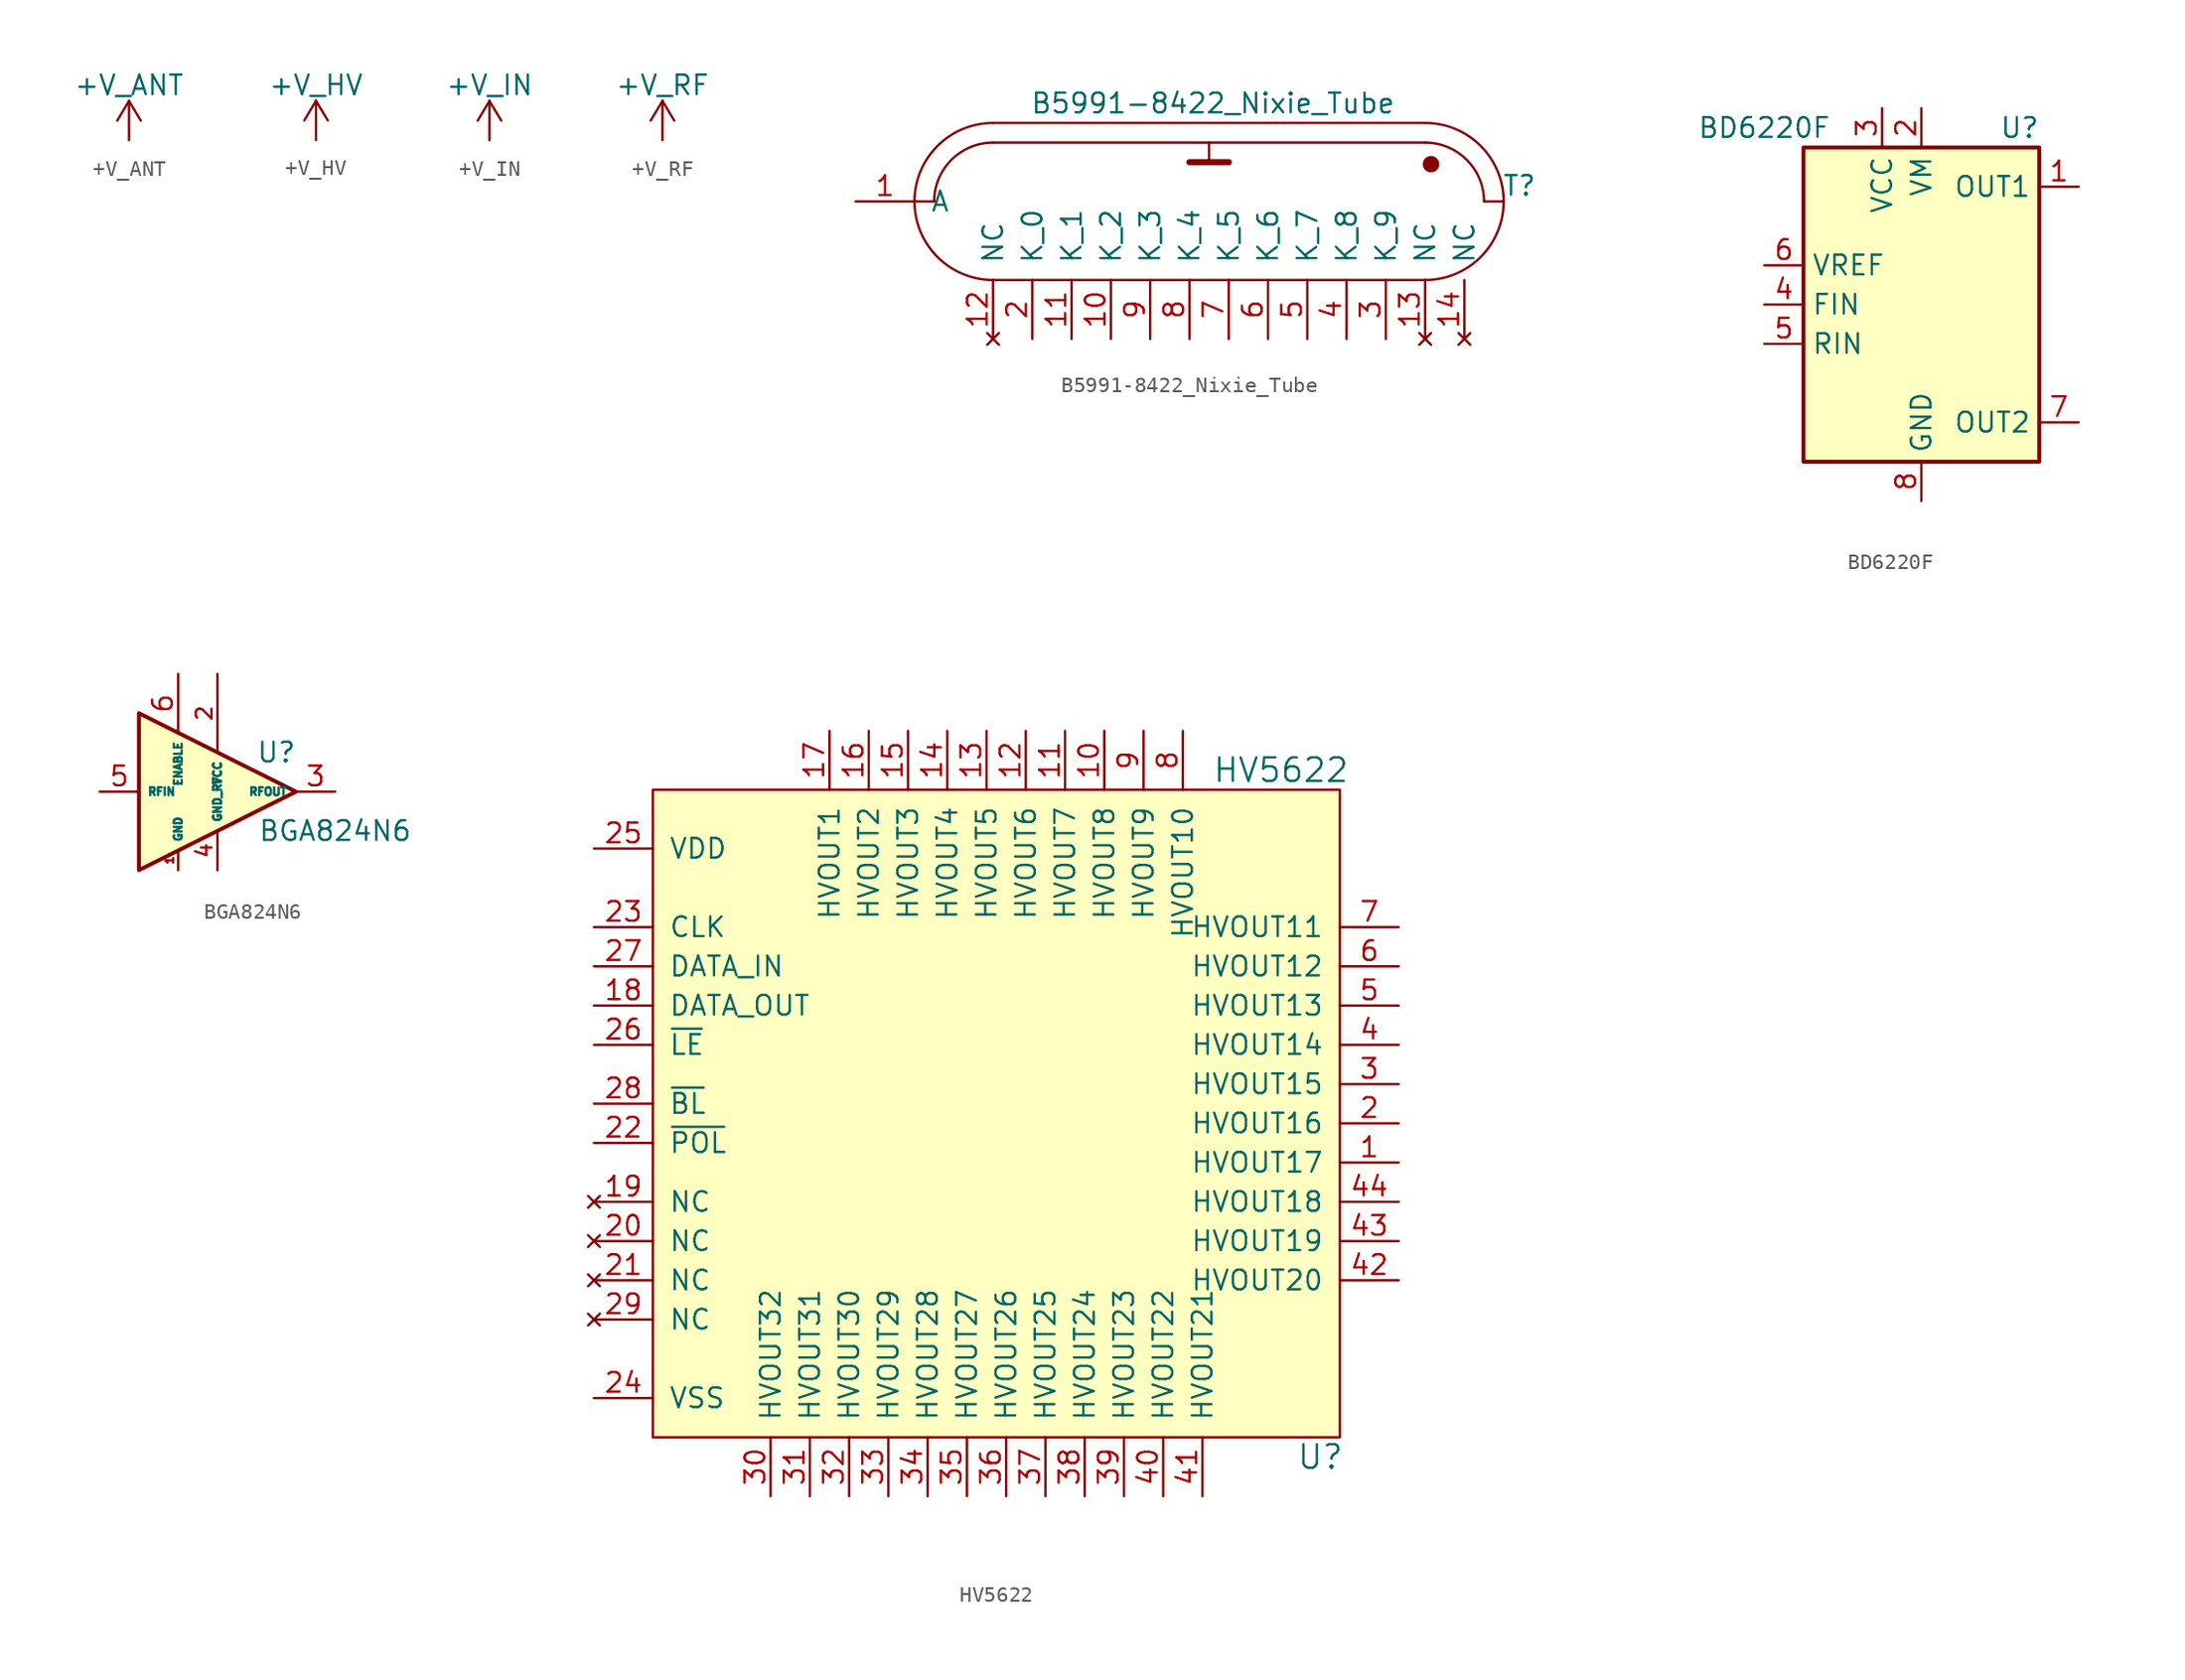
<source format=kicad_sym>
(kicad_symbol_lib
  (version 20231120)
  (generator "kicad_symbol_editor")
  (generator_version "8.0")
  (symbol "+V_ANT"
    (power)
    (pin_names
      (offset 0))
    (property "Reference" "#PWR"
      (at 0 -3.81 0)
      (effects (font (size 1.27 1.27)) (hide yes)))
    (property "Value" "+V_ANT"
      (at 0 3.556 0)
      (effects (font (size 1.27 1.27))))
    (symbol "+V_ANT_0_1"
      (polyline (pts (xy -0.762 1.27) (xy 0 2.54)) (stroke (width 0) (type solid)) (fill (type none)))
      (polyline (pts (xy 0 0) (xy 0 2.54)) (stroke (width 0) (type solid)) (fill (type none)))
      (polyline (pts (xy 0 2.54) (xy 0.762 1.27)) (stroke (width 0) (type solid)) (fill (type none))))
    (symbol "+V_ANT_1_1"
      (pin power_in line (at 0 0 90) (length 0) hide (name "+V_ANT" (effects (font (size 1.27 1.27)))) (number "1" (effects (font (size 1.27 1.27)))))))
  (symbol "+V_HV"
    (power)
    (pin_names
      (offset 0))
    (property "Reference" "#PWR"
      (at 0 -3.81 0)
      (effects (font (size 1.27 1.27)) (hide yes)))
    (property "Value" "+V_HV"
      (at 0 3.556 0)
      (effects (font (size 1.27 1.27))))
    (symbol "+V_HV_0_1"
      (polyline (pts (xy -0.762 1.27) (xy 0 2.54)) (stroke (width 0) (type solid)) (fill (type none)))
      (polyline (pts (xy 0 0) (xy 0 2.54)) (stroke (width 0) (type solid)) (fill (type none)))
      (polyline (pts (xy 0 2.54) (xy 0.762 1.27)) (stroke (width 0) (type solid)) (fill (type none))))
    (symbol "+V_HV_1_1"
      (pin power_in line (at 0 0 90) (length 0) hide (name "+V_HV" (effects (font (size 1.27 1.27)))) (number "1" (effects (font (size 1.27 1.27)))))))
  (symbol "+V_IN"
    (power)
    (pin_names
      (offset 0))
    (property "Reference" "#PWR"
      (at 0 -3.81 0)
      (effects (font (size 1.27 1.27)) (hide yes)))
    (property "Value" "+V_IN"
      (at 0 3.556 0)
      (effects (font (size 1.27 1.27))))
    (symbol "+V_IN_0_1"
      (polyline (pts (xy -0.762 1.27) (xy 0 2.54)) (stroke (width 0) (type solid)) (fill (type none)))
      (polyline (pts (xy 0 0) (xy 0 2.54)) (stroke (width 0) (type solid)) (fill (type none)))
      (polyline (pts (xy 0 2.54) (xy 0.762 1.27)) (stroke (width 0) (type solid)) (fill (type none))))
    (symbol "+V_IN_1_1"
      (pin power_in line (at 0 0 90) (length 0) hide (name "+V_IN" (effects (font (size 1.27 1.27)))) (number "1" (effects (font (size 1.27 1.27)))))))
  (symbol "+V_RF"
    (power)
    (pin_names
      (offset 0))
    (property "Reference" "#PWR"
      (at 0 -3.81 0)
      (effects (font (size 1.27 1.27)) (hide yes)))
    (property "Value" "+V_RF"
      (at 0 3.556 0)
      (effects (font (size 1.27 1.27))))
    (symbol "+V_RF_0_1"
      (polyline (pts (xy -0.762 1.27) (xy 0 2.54)) (stroke (width 0) (type solid)) (fill (type none)))
      (polyline (pts (xy 0 0) (xy 0 2.54)) (stroke (width 0) (type solid)) (fill (type none)))
      (polyline (pts (xy 0 2.54) (xy 0.762 1.27)) (stroke (width 0) (type solid)) (fill (type none))))
    (symbol "+V_RF_1_1"
      (pin power_in line (at 0 0 90) (length 0) hide (name "+V_RF" (effects (font (size 1.27 1.27)))) (number "1" (effects (font (size 1.27 1.27)))))))
  (symbol "B5991-8422_Nixie_Tube"
    (pin_names
      (offset 1.016))
    (property "Reference" "T"
      (at 20.066 1.016 0)
      (effects (font (size 1.27 1.27))))
    (property "Value" "B5991-8422_Nixie_Tube"
      (at 0.254 6.35 0)
      (effects (font (size 1.27 1.27))))
    (symbol "B5991-8422_Nixie_Tube_0_0"
      (polyline (pts (xy -13.97 -5.08) (xy 13.97 -5.08)) (stroke (width 0) (type solid)) (fill (type none)))
      (polyline (pts (xy 13.97 3.81) (xy -13.97 3.81)) (stroke (width 0) (type solid)) (fill (type none)))
      (polyline (pts (xy 13.97 5.08) (xy -13.97 5.08)) (stroke (width 0) (type solid)) (fill (type none)))
      (circle (center 14.351 2.413) (radius 0.457) (stroke (width 0) (type solid)) (fill (type outline))))
    (symbol "B5991-8422_Nixie_Tube_0_1"
      (arc (start -13.97 3.81) (mid -16.6641 2.6941) (end -17.78 0) (stroke (width 0) (type solid)) (fill (type none)))
      (arc (start -13.97 5.08) (mid -19.05 0) (end -13.97 -5.08) (stroke (width 0) (type solid)) (fill (type none)))
      (polyline (pts (xy -19.05 0) (xy -17.78 0)) (stroke (width 0) (type solid)) (fill (type none)))
      (polyline (pts (xy -1.27 2.54) (xy 1.27 2.54)) (stroke (width 0.406) (type solid)) (fill (type none)))
      (polyline (pts (xy 0 3.81) (xy 0 2.54)) (stroke (width 0) (type solid)) (fill (type none)))
      (polyline (pts (xy 17.78 0) (xy 19.05 0)) (stroke (width 0) (type solid)) (fill (type none)))
      (arc (start 13.97 -5.08) (mid 19.05 0) (end 13.97 5.08) (stroke (width 0) (type solid)) (fill (type none)))
      (arc (start 17.78 0) (mid 16.6641 2.6941) (end 13.97 3.81) (stroke (width 0) (type solid)) (fill (type none))))
    (symbol "B5991-8422_Nixie_Tube_1_1"
      (pin power_in line (at -22.86 0 0) (length 3.81) (name "A" (effects (font (size 1.27 1.27)))) (number "1" (effects (font (size 1.27 1.27)))))
      (pin power_in line (at -6.35 -8.89 90) (length 3.81) (name "K_2" (effects (font (size 1.27 1.27)))) (number "10" (effects (font (size 1.27 1.27)))))
      (pin power_in line (at -8.89 -8.89 90) (length 3.81) (name "K_1" (effects (font (size 1.27 1.27)))) (number "11" (effects (font (size 1.27 1.27)))))
      (pin no_connect line (at -13.97 -8.89 90) (length 3.81) (name "NC" (effects (font (size 1.27 1.27)))) (number "12" (effects (font (size 1.27 1.27)))))
      (pin no_connect line (at 13.97 -8.89 90) (length 3.81) (name "NC" (effects (font (size 1.27 1.27)))) (number "13" (effects (font (size 1.27 1.27)))))
      (pin no_connect line (at 16.51 -8.89 90) (length 3.81) (name "NC" (effects (font (size 1.27 1.27)))) (number "14" (effects (font (size 1.27 1.27)))))
      (pin power_in line (at -11.43 -8.89 90) (length 3.81) (name "K_0" (effects (font (size 1.27 1.27)))) (number "2" (effects (font (size 1.27 1.27)))))
      (pin power_in line (at 11.43 -8.89 90) (length 3.81) (name "K_9" (effects (font (size 1.27 1.27)))) (number "3" (effects (font (size 1.27 1.27)))))
      (pin power_in line (at 8.89 -8.89 90) (length 3.81) (name "K_8" (effects (font (size 1.27 1.27)))) (number "4" (effects (font (size 1.27 1.27)))))
      (pin power_in line (at 6.35 -8.89 90) (length 3.81) (name "K_7" (effects (font (size 1.27 1.27)))) (number "5" (effects (font (size 1.27 1.27)))))
      (pin power_in line (at 3.81 -8.89 90) (length 3.81) (name "K_6" (effects (font (size 1.27 1.27)))) (number "6" (effects (font (size 1.27 1.27)))))
      (pin power_in line (at 1.27 -8.89 90) (length 3.81) (name "K_5" (effects (font (size 1.27 1.27)))) (number "7" (effects (font (size 1.27 1.27)))))
      (pin power_in line (at -1.27 -8.89 90) (length 3.81) (name "K_4" (effects (font (size 1.27 1.27)))) (number "8" (effects (font (size 1.27 1.27)))))
      (pin power_in line (at -3.81 -8.89 90) (length 3.81) (name "K_3" (effects (font (size 1.27 1.27)))) (number "9" (effects (font (size 1.27 1.27)))))))
  (symbol "BD6220F"
    (property "Reference" "U"
      (at 6.35 11.43 0)
      (effects (font (size 1.27 1.27))))
    (property "Value" "BD6220F"
      (at -10.16 11.43 0)
      (effects (font (size 1.27 1.27))))
    (symbol "BD6220F_0_1"
      (rectangle (start -7.62 10.16) (end 7.62 -10.16) (stroke (width 0.254) (type solid)) (fill (type background))))
    (symbol "BD6220F_1_1"
      (pin output line (at 10.16 7.62 180) (length 2.54) (name "OUT1" (effects (font (size 1.27 1.27)))) (number "1" (effects (font (size 1.27 1.27)))))
      (pin power_in line (at 0 12.7 270) (length 2.54) (name "VM" (effects (font (size 1.27 1.27)))) (number "2" (effects (font (size 1.27 1.27)))))
      (pin power_in line (at -2.54 12.7 270) (length 2.54) (name "VCC" (effects (font (size 1.27 1.27)))) (number "3" (effects (font (size 1.27 1.27)))))
      (pin input line (at -10.16 0 0) (length 2.54) (name "FIN" (effects (font (size 1.27 1.27)))) (number "4" (effects (font (size 1.27 1.27)))))
      (pin input line (at -10.16 -2.54 0) (length 2.54) (name "RIN" (effects (font (size 1.27 1.27)))) (number "5" (effects (font (size 1.27 1.27)))))
      (pin input line (at -10.16 2.54 0) (length 2.54) (name "VREF" (effects (font (size 1.27 1.27)))) (number "6" (effects (font (size 1.27 1.27)))))
      (pin output line (at 10.16 -7.62 180) (length 2.54) (name "OUT2" (effects (font (size 1.27 1.27)))) (number "7" (effects (font (size 1.27 1.27)))))
      (pin power_in line (at 0 -12.7 90) (length 2.54) (name "GND" (effects (font (size 1.27 1.27)))) (number "8" (effects (font (size 1.27 1.27)))))))
  (symbol "BGA824N6"
    (property "Reference" "U"
      (at 6.35 2.54 0)
      (effects (font (size 1.27 1.27))))
    (property "Value" "BGA824N6"
      (at 10.16 -2.54 0)
      (effects (font (size 1.27 1.27))))
    (symbol "BGA824N6_0_1"
      (polyline (pts (xy -2.54 5.08) (xy -2.54 -2.54) (xy -2.54 -5.08) (xy 7.62 0) (xy -2.54 5.08)) (stroke (width 0.254) (type solid)) (fill (type background))))
    (symbol "BGA824N6_1_1"
      (pin power_in line (at 0 -5.08 90) (length 1.27) (name "GND" (effects (font (size 0.508 0.508)))) (number "1" (effects (font (size 0.508 0.508)))))
      (pin power_in line (at 2.54 7.62 270) (length 5.08) (name "VCC" (effects (font (size 0.508 0.508)))) (number "2" (effects (font (size 1.016 1.016)))))
      (pin output line (at 10.16 0 180) (length 2.54) (name "RFOUT" (effects (font (size 0.508 0.508)))) (number "3" (effects (font (size 1.27 1.27)))))
      (pin power_in line (at 2.54 -5.08 90) (length 2.54) (name "GND_RF" (effects (font (size 0.508 0.508)))) (number "4" (effects (font (size 1.016 1.016)))))
      (pin input line (at -5.08 0 0) (length 2.54) (name "RFIN" (effects (font (size 0.508 0.508)))) (number "5" (effects (font (size 1.27 1.27)))))
      (pin input line (at 0 7.62 270) (length 3.81) (name "ENABLE" (effects (font (size 0.508 0.508)))) (number "6" (effects (font (size 1.27 1.27)))))))
  (symbol "HV5622"
    (pin_names
      (offset 1.016))
    (property "Reference" "U"
      (at 20.32 -22.86 0)
      (effects (font (size 1.524 1.524))))
    (property "Value" "HV5622"
      (at 17.78 21.59 0)
      (effects (font (size 1.524 1.524))))
    (property "Footprint" ""
      (at -1.27 11.43 90)
      (effects (font (size 1.524 1.524))))
    (property "Datasheet" ""
      (at -1.27 11.43 90)
      (effects (font (size 1.524 1.524))))
    (symbol "HV5622_0_1"
      (rectangle (start -22.86 -21.59) (end 21.59 20.32) (stroke (width 0) (type solid)) (fill (type background))))
    (symbol "HV5622_1_1"
      (pin output line (at 25.4 -3.81 180) (length 3.81) (name "HVOUT17" (effects (font (size 1.27 1.27)))) (number "1" (effects (font (size 1.27 1.27)))))
      (pin output line (at 6.35 24.13 270) (length 3.81) (name "HVOUT8" (effects (font (size 1.27 1.27)))) (number "10" (effects (font (size 1.27 1.27)))))
      (pin output line (at 3.81 24.13 270) (length 3.81) (name "HVOUT7" (effects (font (size 1.27 1.27)))) (number "11" (effects (font (size 1.27 1.27)))))
      (pin output line (at 1.27 24.13 270) (length 3.81) (name "HVOUT6" (effects (font (size 1.27 1.27)))) (number "12" (effects (font (size 1.27 1.27)))))
      (pin output line (at -1.27 24.13 270) (length 3.81) (name "HVOUT5" (effects (font (size 1.27 1.27)))) (number "13" (effects (font (size 1.27 1.27)))))
      (pin output line (at -3.81 24.13 270) (length 3.81) (name "HVOUT4" (effects (font (size 1.27 1.27)))) (number "14" (effects (font (size 1.27 1.27)))))
      (pin output line (at -6.35 24.13 270) (length 3.81) (name "HVOUT3" (effects (font (size 1.27 1.27)))) (number "15" (effects (font (size 1.27 1.27)))))
      (pin output line (at -8.89 24.13 270) (length 3.81) (name "HVOUT2" (effects (font (size 1.27 1.27)))) (number "16" (effects (font (size 1.27 1.27)))))
      (pin output line (at -11.43 24.13 270) (length 3.81) (name "HVOUT1" (effects (font (size 1.27 1.27)))) (number "17" (effects (font (size 1.27 1.27)))))
      (pin output line (at -26.67 6.35 0) (length 3.81) (name "DATA_OUT" (effects (font (size 1.27 1.27)))) (number "18" (effects (font (size 1.27 1.27)))))
      (pin no_connect line (at -26.67 -6.35 0) (length 3.81) (name "NC" (effects (font (size 1.27 1.27)))) (number "19" (effects (font (size 1.27 1.27)))))
      (pin output line (at 25.4 -1.27 180) (length 3.81) (name "HVOUT16" (effects (font (size 1.27 1.27)))) (number "2" (effects (font (size 1.27 1.27)))))
      (pin no_connect line (at -26.67 -8.89 0) (length 3.81) (name "NC" (effects (font (size 1.27 1.27)))) (number "20" (effects (font (size 1.27 1.27)))))
      (pin no_connect line (at -26.67 -11.43 0) (length 3.81) (name "NC" (effects (font (size 1.27 1.27)))) (number "21" (effects (font (size 1.27 1.27)))))
      (pin input line (at -26.67 -2.54 0) (length 3.81) (name "~{POL}" (effects (font (size 1.27 1.27)))) (number "22" (effects (font (size 1.27 1.27)))))
      (pin input line (at -26.67 11.43 0) (length 3.81) (name "CLK" (effects (font (size 1.27 1.27)))) (number "23" (effects (font (size 1.27 1.27)))))
      (pin power_in line (at -26.67 -19.05 0) (length 3.81) (name "VSS" (effects (font (size 1.27 1.27)))) (number "24" (effects (font (size 1.27 1.27)))))
      (pin power_in line (at -26.67 16.51 0) (length 3.81) (name "VDD" (effects (font (size 1.27 1.27)))) (number "25" (effects (font (size 1.27 1.27)))))
      (pin input line (at -26.67 3.81 0) (length 3.81) (name "~{LE}" (effects (font (size 1.27 1.27)))) (number "26" (effects (font (size 1.27 1.27)))))
      (pin input line (at -26.67 8.89 0) (length 3.81) (name "DATA_IN" (effects (font (size 1.27 1.27)))) (number "27" (effects (font (size 1.27 1.27)))))
      (pin input line (at -26.67 0 0) (length 3.81) (name "~{BL}" (effects (font (size 1.27 1.27)))) (number "28" (effects (font (size 1.27 1.27)))))
      (pin no_connect line (at -26.67 -13.97 0) (length 3.81) (name "NC" (effects (font (size 1.27 1.27)))) (number "29" (effects (font (size 1.27 1.27)))))
      (pin output line (at 25.4 1.27 180) (length 3.81) (name "HVOUT15" (effects (font (size 1.27 1.27)))) (number "3" (effects (font (size 1.27 1.27)))))
      (pin output line (at -15.24 -25.4 90) (length 3.81) (name "HVOUT32" (effects (font (size 1.27 1.27)))) (number "30" (effects (font (size 1.27 1.27)))))
      (pin output line (at -12.7 -25.4 90) (length 3.81) (name "HVOUT31" (effects (font (size 1.27 1.27)))) (number "31" (effects (font (size 1.27 1.27)))))
      (pin output line (at -10.16 -25.4 90) (length 3.81) (name "HVOUT30" (effects (font (size 1.27 1.27)))) (number "32" (effects (font (size 1.27 1.27)))))
      (pin output line (at -7.62 -25.4 90) (length 3.81) (name "HVOUT29" (effects (font (size 1.27 1.27)))) (number "33" (effects (font (size 1.27 1.27)))))
      (pin output line (at -5.08 -25.4 90) (length 3.81) (name "HVOUT28" (effects (font (size 1.27 1.27)))) (number "34" (effects (font (size 1.27 1.27)))))
      (pin output line (at -2.54 -25.4 90) (length 3.81) (name "HVOUT27" (effects (font (size 1.27 1.27)))) (number "35" (effects (font (size 1.27 1.27)))))
      (pin output line (at 0 -25.4 90) (length 3.81) (name "HVOUT26" (effects (font (size 1.27 1.27)))) (number "36" (effects (font (size 1.27 1.27)))))
      (pin output line (at 2.54 -25.4 90) (length 3.81) (name "HVOUT25" (effects (font (size 1.27 1.27)))) (number "37" (effects (font (size 1.27 1.27)))))
      (pin output line (at 5.08 -25.4 90) (length 3.81) (name "HVOUT24" (effects (font (size 1.27 1.27)))) (number "38" (effects (font (size 1.27 1.27)))))
      (pin output line (at 7.62 -25.4 90) (length 3.81) (name "HVOUT23" (effects (font (size 1.27 1.27)))) (number "39" (effects (font (size 1.27 1.27)))))
      (pin output line (at 25.4 3.81 180) (length 3.81) (name "HVOUT14" (effects (font (size 1.27 1.27)))) (number "4" (effects (font (size 1.27 1.27)))))
      (pin output line (at 10.16 -25.4 90) (length 3.81) (name "HVOUT22" (effects (font (size 1.27 1.27)))) (number "40" (effects (font (size 1.27 1.27)))))
      (pin output line (at 12.7 -25.4 90) (length 3.81) (name "HVOUT21" (effects (font (size 1.27 1.27)))) (number "41" (effects (font (size 1.27 1.27)))))
      (pin output line (at 25.4 -11.43 180) (length 3.81) (name "HVOUT20" (effects (font (size 1.27 1.27)))) (number "42" (effects (font (size 1.27 1.27)))))
      (pin output line (at 25.4 -8.89 180) (length 3.81) (name "HVOUT19" (effects (font (size 1.27 1.27)))) (number "43" (effects (font (size 1.27 1.27)))))
      (pin output line (at 25.4 -6.35 180) (length 3.81) (name "HVOUT18" (effects (font (size 1.27 1.27)))) (number "44" (effects (font (size 1.27 1.27)))))
      (pin output line (at 25.4 6.35 180) (length 3.81) (name "HVOUT13" (effects (font (size 1.27 1.27)))) (number "5" (effects (font (size 1.27 1.27)))))
      (pin output line (at 25.4 8.89 180) (length 3.81) (name "HVOUT12" (effects (font (size 1.27 1.27)))) (number "6" (effects (font (size 1.27 1.27)))))
      (pin output line (at 25.4 11.43 180) (length 3.81) (name "HVOUT11" (effects (font (size 1.27 1.27)))) (number "7" (effects (font (size 1.27 1.27)))))
      (pin output line (at 11.43 24.13 270) (length 3.81) (name "HVOUT10" (effects (font (size 1.27 1.27)))) (number "8" (effects (font (size 1.27 1.27)))))
      (pin output line (at 8.89 24.13 270) (length 3.81) (name "HVOUT9" (effects (font (size 1.27 1.27)))) (number "9" (effects (font (size 1.27 1.27))))))))
</source>
